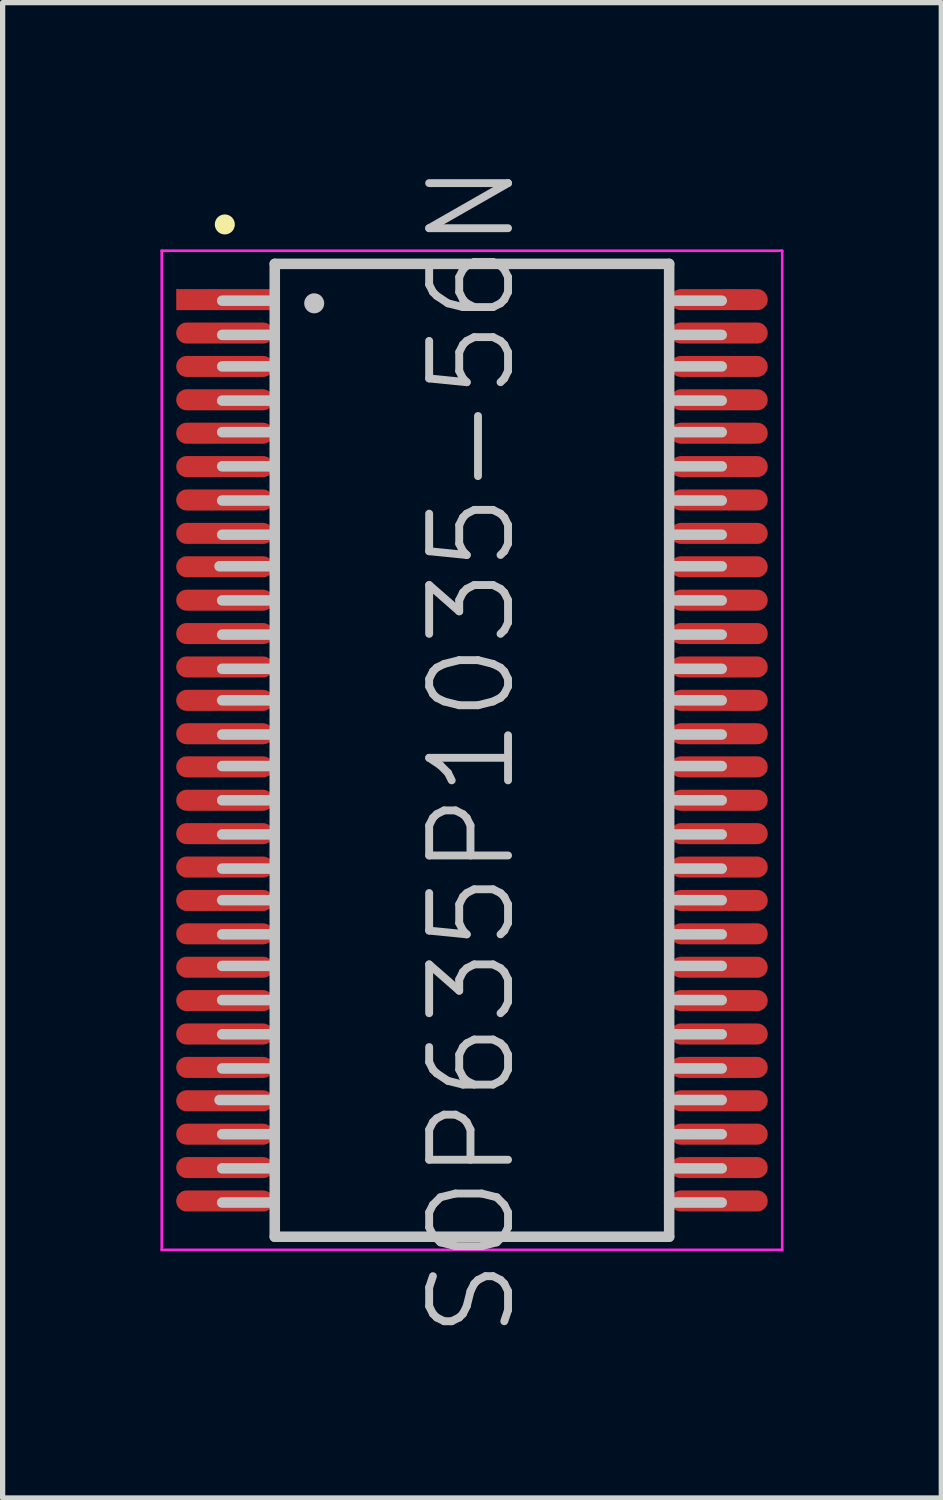
<source format=kicad_pcb>
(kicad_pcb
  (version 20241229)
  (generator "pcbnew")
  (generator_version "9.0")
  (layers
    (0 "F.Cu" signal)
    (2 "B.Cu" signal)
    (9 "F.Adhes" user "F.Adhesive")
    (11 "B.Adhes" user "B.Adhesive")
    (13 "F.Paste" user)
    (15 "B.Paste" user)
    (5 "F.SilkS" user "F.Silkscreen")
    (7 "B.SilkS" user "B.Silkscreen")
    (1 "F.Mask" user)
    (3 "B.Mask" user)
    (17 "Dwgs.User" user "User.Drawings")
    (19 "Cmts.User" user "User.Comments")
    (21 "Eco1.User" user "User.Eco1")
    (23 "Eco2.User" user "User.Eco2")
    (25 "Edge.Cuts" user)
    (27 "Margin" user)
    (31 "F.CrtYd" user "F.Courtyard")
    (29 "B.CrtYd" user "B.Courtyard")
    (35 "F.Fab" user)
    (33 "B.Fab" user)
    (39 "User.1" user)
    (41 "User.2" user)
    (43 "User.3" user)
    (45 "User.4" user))
  (footprint "SOP635P1035-56N"
    (layer "F.Cu")
    (at 5.925 11.218)
    (property "Reference" "SOP635P1035-56N" (at 0 0 90) (layer "Dwgs.User") (effects (font (size 1.5 1.5) (thickness 0.15))))
    (attr smd)
    (fp_line (start -4.7 -10) (end -4.7 -10) (stroke (width 0.381) (type solid)) (layer "F.SilkS"))
    (fp_line (start -3.8 -3.5) (end -4.8 -3.5) (stroke (width 0.2) (type solid)) (layer "Dwgs.User"))
    (fp_line (start -3.8 6.65) (end -4.8 6.65) (stroke (width 0.2) (type solid)) (layer "Dwgs.User"))
    (fp_line (start -3.75 -9.25) (end -3.75 9.25) (stroke (width 0.2) (type solid)) (layer "Dwgs.User"))
    (fp_line (start -3.75 -9.25) (end 3.75 -9.25) (stroke (width 0.2) (type solid)) (layer "Dwgs.User"))
    (fp_line (start -3.75 -8.55) (end -4.75 -8.55) (stroke (width 0.2) (type solid)) (layer "Dwgs.User"))
    (fp_line (start -3.75 -7.9) (end -4.75 -7.9) (stroke (width 0.2) (type solid)) (layer "Dwgs.User"))
    (fp_line (start -3.75 -7.3) (end -4.75 -7.3) (stroke (width 0.2) (type solid)) (layer "Dwgs.User"))
    (fp_line (start -3.75 -6.65) (end -4.75 -6.65) (stroke (width 0.2) (type solid)) (layer "Dwgs.User"))
    (fp_line (start -3.75 -6.05) (end -4.75 -6.05) (stroke (width 0.2) (type solid)) (layer "Dwgs.User"))
    (fp_line (start -3.75 -5.4) (end -4.75 -5.4) (stroke (width 0.2) (type solid)) (layer "Dwgs.User"))
    (fp_line (start -3.75 -4.75) (end -4.75 -4.75) (stroke (width 0.2) (type solid)) (layer "Dwgs.User"))
    (fp_line (start -3.75 -4.1) (end -4.75 -4.1) (stroke (width 0.2) (type solid)) (layer "Dwgs.User"))
    (fp_line (start -3.75 -2.85) (end -4.75 -2.85) (stroke (width 0.2) (type solid)) (layer "Dwgs.User"))
    (fp_line (start -3.75 -2.2) (end -4.75 -2.2) (stroke (width 0.2) (type solid)) (layer "Dwgs.User"))
    (fp_line (start -3.75 -1.55) (end -4.75 -1.55) (stroke (width 0.2) (type solid)) (layer "Dwgs.User"))
    (fp_line (start -3.75 -0.95) (end -4.75 -0.95) (stroke (width 0.2) (type solid)) (layer "Dwgs.User"))
    (fp_line (start -3.75 -0.3) (end -4.75 -0.3) (stroke (width 0.2) (type solid)) (layer "Dwgs.User"))
    (fp_line (start -3.75 0.3) (end -4.75 0.3) (stroke (width 0.2) (type solid)) (layer "Dwgs.User"))
    (fp_line (start -3.75 0.95) (end -4.75 0.95) (stroke (width 0.2) (type solid)) (layer "Dwgs.User"))
    (fp_line (start -3.75 1.6) (end -4.75 1.6) (stroke (width 0.2) (type solid)) (layer "Dwgs.User"))
    (fp_line (start -3.75 2.25) (end -4.75 2.25) (stroke (width 0.2) (type solid)) (layer "Dwgs.User"))
    (fp_line (start -3.75 2.85) (end -4.75 2.85) (stroke (width 0.2) (type solid)) (layer "Dwgs.User"))
    (fp_line (start -3.75 3.5) (end -4.75 3.5) (stroke (width 0.2) (type solid)) (layer "Dwgs.User"))
    (fp_line (start -3.75 4.1) (end -4.75 4.1) (stroke (width 0.2) (type solid)) (layer "Dwgs.User"))
    (fp_line (start -3.75 4.75) (end -4.75 4.75) (stroke (width 0.2) (type solid)) (layer "Dwgs.User"))
    (fp_line (start -3.75 5.4) (end -4.75 5.4) (stroke (width 0.2) (type solid)) (layer "Dwgs.User"))
    (fp_line (start -3.75 6.05) (end -4.75 6.05) (stroke (width 0.2) (type solid)) (layer "Dwgs.User"))
    (fp_line (start -3.75 7.3) (end -4.75 7.3) (stroke (width 0.2) (type solid)) (layer "Dwgs.User"))
    (fp_line (start -3.75 7.95) (end -4.75 7.95) (stroke (width 0.2) (type solid)) (layer "Dwgs.User"))
    (fp_line (start -3.75 8.6) (end -4.75 8.6) (stroke (width 0.2) (type solid)) (layer "Dwgs.User"))
    (fp_line (start -3.75 9.25) (end 3.75 9.25) (stroke (width 0.2) (type solid)) (layer "Dwgs.User"))
    (fp_line (start -3 -8.5) (end -3 -8.5) (stroke (width 0.381) (type solid)) (layer "Dwgs.User"))
    (fp_line (start 3.75 -9.25) (end 3.75 9.25) (stroke (width 0.2) (type solid)) (layer "Dwgs.User"))
    (fp_line (start 4.75 -8.55) (end 3.75 -8.55) (stroke (width 0.2) (type solid)) (layer "Dwgs.User"))
    (fp_line (start 4.75 -7.9) (end 3.75 -7.9) (stroke (width 0.2) (type solid)) (layer "Dwgs.User"))
    (fp_line (start 4.75 -7.3) (end 3.75 -7.3) (stroke (width 0.2) (type solid)) (layer "Dwgs.User"))
    (fp_line (start 4.75 -6.65) (end 3.75 -6.65) (stroke (width 0.2) (type solid)) (layer "Dwgs.User"))
    (fp_line (start 4.75 -6.05) (end 3.75 -6.05) (stroke (width 0.2) (type solid)) (layer "Dwgs.User"))
    (fp_line (start 4.75 -5.4) (end 3.75 -5.4) (stroke (width 0.2) (type solid)) (layer "Dwgs.User"))
    (fp_line (start 4.75 -4.75) (end 3.75 -4.75) (stroke (width 0.2) (type solid)) (layer "Dwgs.User"))
    (fp_line (start 4.75 -4.1) (end 3.75 -4.1) (stroke (width 0.2) (type solid)) (layer "Dwgs.User"))
    (fp_line (start 4.75 -3.5) (end 3.75 -3.5) (stroke (width 0.2) (type solid)) (layer "Dwgs.User"))
    (fp_line (start 4.75 -2.85) (end 3.75 -2.85) (stroke (width 0.2) (type solid)) (layer "Dwgs.User"))
    (fp_line (start 4.75 -2.2) (end 3.75 -2.2) (stroke (width 0.2) (type solid)) (layer "Dwgs.User"))
    (fp_line (start 4.75 -1.55) (end 3.75 -1.55) (stroke (width 0.2) (type solid)) (layer "Dwgs.User"))
    (fp_line (start 4.75 -0.95) (end 3.75 -0.95) (stroke (width 0.2) (type solid)) (layer "Dwgs.User"))
    (fp_line (start 4.75 -0.3) (end 3.75 -0.3) (stroke (width 0.2) (type solid)) (layer "Dwgs.User"))
    (fp_line (start 4.75 0.3) (end 3.75 0.3) (stroke (width 0.2) (type solid)) (layer "Dwgs.User"))
    (fp_line (start 4.75 0.95) (end 3.75 0.95) (stroke (width 0.2) (type solid)) (layer "Dwgs.User"))
    (fp_line (start 4.75 1.6) (end 3.75 1.6) (stroke (width 0.2) (type solid)) (layer "Dwgs.User"))
    (fp_line (start 4.75 2.25) (end 3.75 2.25) (stroke (width 0.2) (type solid)) (layer "Dwgs.User"))
    (fp_line (start 4.75 2.85) (end 3.75 2.85) (stroke (width 0.2) (type solid)) (layer "Dwgs.User"))
    (fp_line (start 4.75 3.5) (end 3.75 3.5) (stroke (width 0.2) (type solid)) (layer "Dwgs.User"))
    (fp_line (start 4.75 4.1) (end 3.75 4.1) (stroke (width 0.2) (type solid)) (layer "Dwgs.User"))
    (fp_line (start 4.75 4.75) (end 3.75 4.75) (stroke (width 0.2) (type solid)) (layer "Dwgs.User"))
    (fp_line (start 4.75 5.4) (end 3.75 5.4) (stroke (width 0.2) (type solid)) (layer "Dwgs.User"))
    (fp_line (start 4.75 6.05) (end 3.75 6.05) (stroke (width 0.2) (type solid)) (layer "Dwgs.User"))
    (fp_line (start 4.75 6.65) (end 3.75 6.65) (stroke (width 0.2) (type solid)) (layer "Dwgs.User"))
    (fp_line (start 4.75 7.3) (end 3.75 7.3) (stroke (width 0.2) (type solid)) (layer "Dwgs.User"))
    (fp_line (start 4.75 7.95) (end 3.75 7.95) (stroke (width 0.2) (type solid)) (layer "Dwgs.User"))
    (fp_line (start 4.75 8.6) (end 3.75 8.6) (stroke (width 0.2) (type solid)) (layer "Dwgs.User"))
    (fp_line (start -5.9 -9.5) (end -5.9 9.5) (stroke (width 0.05) (type solid)) (layer "F.CrtYd"))
    (fp_line (start -5.9 -9.5) (end 5.9 -9.5) (stroke (width 0.05) (type solid)) (layer "F.CrtYd"))
    (fp_line (start -5.9 9.5) (end 5.9 9.5) (stroke (width 0.05) (type solid)) (layer "F.CrtYd"))
    (fp_line (start 5.9 -9.5) (end 5.9 9.5) (stroke (width 0.05) (type solid)) (layer "F.CrtYd"))
    (pad "1" smd rect (at -4.699 -8.57 90) (size 0.4 1.85) (layers "F.Cu" "F.Mask" "F.Paste"))
    (pad "2" smd oval (at -4.699 -7.935 90) (size 0.4 1.85) (layers "F.Cu" "F.Mask" "F.Paste"))
    (pad "3" smd oval (at -4.699 -7.3 90) (size 0.4 1.85) (layers "F.Cu" "F.Mask" "F.Paste"))
    (pad "4" smd oval (at -4.699 -6.665 90) (size 0.4 1.85) (layers "F.Cu" "F.Mask" "F.Paste"))
    (pad "5" smd oval (at -4.699 -6.03 90) (size 0.4 1.85) (layers "F.Cu" "F.Mask" "F.Paste"))
    (pad "6" smd oval (at -4.699 -5.395 90) (size 0.4 1.85) (layers "F.Cu" "F.Mask" "F.Paste"))
    (pad "7" smd oval (at -4.699 -4.76 90) (size 0.4 1.85) (layers "F.Cu" "F.Mask" "F.Paste"))
    (pad "8" smd oval (at -4.699 -4.125 90) (size 0.4 1.85) (layers "F.Cu" "F.Mask" "F.Paste"))
    (pad "9" smd oval (at -4.699 -3.49 90) (size 0.4 1.85) (layers "F.Cu" "F.Mask" "F.Paste"))
    (pad "10" smd oval (at -4.699 -2.855 90) (size 0.4 1.85) (layers "F.Cu" "F.Mask" "F.Paste"))
    (pad "11" smd oval (at -4.699 -2.22 90) (size 0.4 1.85) (layers "F.Cu" "F.Mask" "F.Paste"))
    (pad "12" smd oval (at -4.699 -1.585 90) (size 0.4 1.85) (layers "F.Cu" "F.Mask" "F.Paste"))
    (pad "13" smd oval (at -4.699 -0.95 90) (size 0.4 1.85) (layers "F.Cu" "F.Mask" "F.Paste"))
    (pad "14" smd oval (at -4.699 -0.315 90) (size 0.4 1.85) (layers "F.Cu" "F.Mask" "F.Paste"))
    (pad "15" smd oval (at -4.699 0.315 90) (size 0.4 1.85) (layers "F.Cu" "F.Mask" "F.Paste"))
    (pad "16" smd oval (at -4.699 0.95 90) (size 0.4 1.85) (layers "F.Cu" "F.Mask" "F.Paste"))
    (pad "17" smd oval (at -4.699 1.585 90) (size 0.4 1.85) (layers "F.Cu" "F.Mask" "F.Paste"))
    (pad "18" smd oval (at -4.699 2.22 90) (size 0.4 1.85) (layers "F.Cu" "F.Mask" "F.Paste"))
    (pad "19" smd oval (at -4.699 2.855 90) (size 0.4 1.85) (layers "F.Cu" "F.Mask" "F.Paste"))
    (pad "20" smd oval (at -4.699 3.49 90) (size 0.4 1.85) (layers "F.Cu" "F.Mask" "F.Paste"))
    (pad "21" smd oval (at -4.699 4.125 90) (size 0.4 1.85) (layers "F.Cu" "F.Mask" "F.Paste"))
    (pad "22" smd oval (at -4.699 4.76 90) (size 0.4 1.85) (layers "F.Cu" "F.Mask" "F.Paste"))
    (pad "23" smd oval (at -4.699 5.395 90) (size 0.4 1.85) (layers "F.Cu" "F.Mask" "F.Paste"))
    (pad "24" smd oval (at -4.699 6.03 90) (size 0.4 1.85) (layers "F.Cu" "F.Mask" "F.Paste"))
    (pad "25" smd oval (at -4.699 6.665 90) (size 0.4 1.85) (layers "F.Cu" "F.Mask" "F.Paste"))
    (pad "26" smd oval (at -4.699 7.3 90) (size 0.4 1.85) (layers "F.Cu" "F.Mask" "F.Paste"))
    (pad "27" smd oval (at -4.699 7.935 90) (size 0.4 1.85) (layers "F.Cu" "F.Mask" "F.Paste"))
    (pad "28" smd oval (at -4.699 8.57 90) (size 0.4 1.85) (layers "F.Cu" "F.Mask" "F.Paste"))
    (pad "29" smd oval (at 4.699 8.57 270) (size 0.4 1.85) (layers "F.Cu" "F.Mask" "F.Paste"))
    (pad "30" smd oval (at 4.699 7.935 270) (size 0.4 1.85) (layers "F.Cu" "F.Mask" "F.Paste"))
    (pad "31" smd oval (at 4.699 7.3 270) (size 0.4 1.85) (layers "F.Cu" "F.Mask" "F.Paste"))
    (pad "32" smd oval (at 4.699 6.665 270) (size 0.4 1.85) (layers "F.Cu" "F.Mask" "F.Paste"))
    (pad "33" smd oval (at 4.699 6.03 270) (size 0.4 1.85) (layers "F.Cu" "F.Mask" "F.Paste"))
    (pad "34" smd oval (at 4.699 5.395 270) (size 0.4 1.85) (layers "F.Cu" "F.Mask" "F.Paste"))
    (pad "35" smd oval (at 4.699 4.76 270) (size 0.4 1.85) (layers "F.Cu" "F.Mask" "F.Paste"))
    (pad "36" smd oval (at 4.699 4.125 270) (size 0.4 1.85) (layers "F.Cu" "F.Mask" "F.Paste"))
    (pad "37" smd oval (at 4.699 3.49 270) (size 0.4 1.85) (layers "F.Cu" "F.Mask" "F.Paste"))
    (pad "38" smd oval (at 4.699 2.855 270) (size 0.4 1.85) (layers "F.Cu" "F.Mask" "F.Paste"))
    (pad "39" smd oval (at 4.699 2.22 270) (size 0.4 1.85) (layers "F.Cu" "F.Mask" "F.Paste"))
    (pad "40" smd oval (at 4.699 1.585 270) (size 0.4 1.85) (layers "F.Cu" "F.Mask" "F.Paste"))
    (pad "41" smd oval (at 4.699 0.95 270) (size 0.4 1.85) (layers "F.Cu" "F.Mask" "F.Paste"))
    (pad "42" smd oval (at 4.699 0.315 270) (size 0.4 1.85) (layers "F.Cu" "F.Mask" "F.Paste"))
    (pad "43" smd oval (at 4.699 -0.315 270) (size 0.4 1.85) (layers "F.Cu" "F.Mask" "F.Paste"))
    (pad "44" smd oval (at 4.699 -0.95 270) (size 0.4 1.85) (layers "F.Cu" "F.Mask" "F.Paste"))
    (pad "45" smd oval (at 4.699 -1.585 270) (size 0.4 1.85) (layers "F.Cu" "F.Mask" "F.Paste"))
    (pad "46" smd oval (at 4.699 -2.22 270) (size 0.4 1.85) (layers "F.Cu" "F.Mask" "F.Paste"))
    (pad "47" smd oval (at 4.699 -2.855 270) (size 0.4 1.85) (layers "F.Cu" "F.Mask" "F.Paste"))
    (pad "48" smd oval (at 4.699 -3.49 270) (size 0.4 1.85) (layers "F.Cu" "F.Mask" "F.Paste"))
    (pad "49" smd oval (at 4.699 -4.125 270) (size 0.4 1.85) (layers "F.Cu" "F.Mask" "F.Paste"))
    (pad "50" smd oval (at 4.699 -4.76 270) (size 0.4 1.85) (layers "F.Cu" "F.Mask" "F.Paste"))
    (pad "51" smd oval (at 4.699 -5.395 270) (size 0.4 1.85) (layers "F.Cu" "F.Mask" "F.Paste"))
    (pad "52" smd oval (at 4.699 -6.03 270) (size 0.4 1.85) (layers "F.Cu" "F.Mask" "F.Paste"))
    (pad "53" smd oval (at 4.699 -6.665 270) (size 0.4 1.85) (layers "F.Cu" "F.Mask" "F.Paste"))
    (pad "54" smd oval (at 4.699 -7.3 270) (size 0.4 1.85) (layers "F.Cu" "F.Mask" "F.Paste"))
    (pad "55" smd oval (at 4.699 -7.935 270) (size 0.4 1.85) (layers "F.Cu" "F.Mask" "F.Paste"))
    (pad "56" smd oval (at 4.699 -8.57 270) (size 0.4 1.85) (layers "F.Cu" "F.Mask" "F.Paste")))
  (gr_rect
    (start -3 -3)
    (end 14.85 25.436)
    (stroke (width 0.1) (type default))
    (fill no)
    (layer "Edge.Cuts")))
</source>
